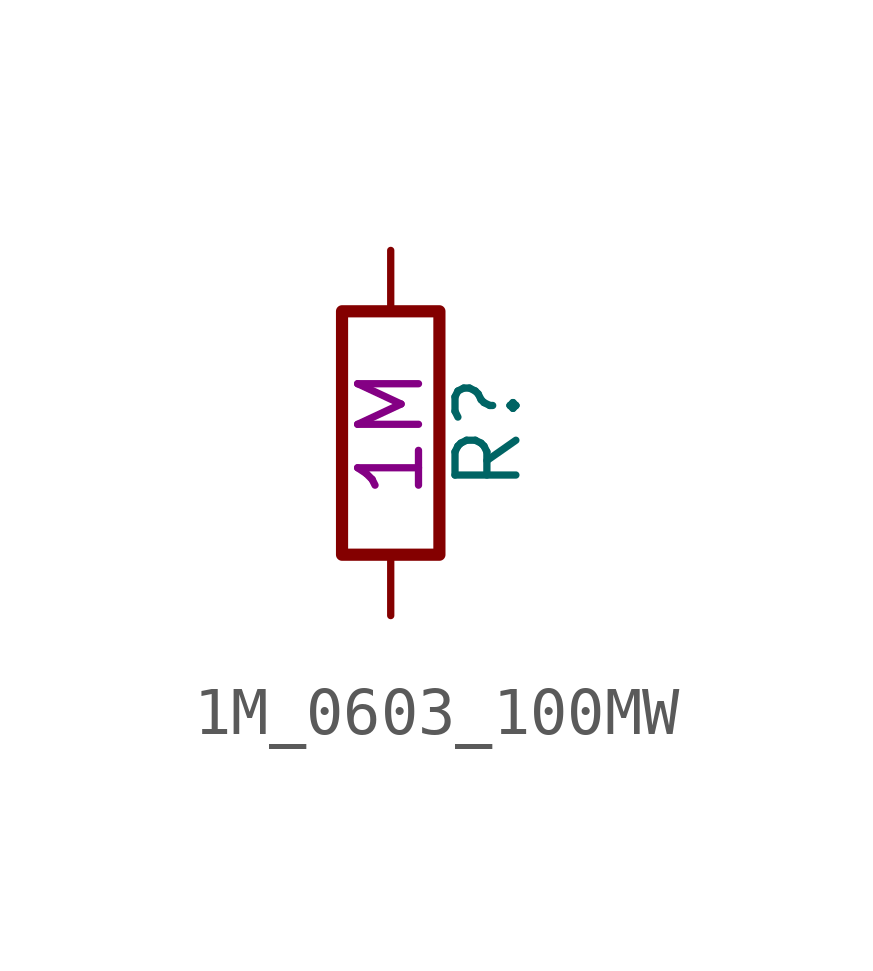
<source format=kicad_sym>
(kicad_symbol_lib
  (version 20211014)
  (generator kicad_symbol_editor)
  (symbol "1M_0603_100MW"
    (pin_numbers hide)
    (pin_names
      (offset 0))
    (property "Reference" "R"
      (at 2.032 0 90)
      (effects (font (size 1.27 1.27))))
    (property "Resistance" "1M"
      (at 0 0 90)
      (effects (font (size 1.27 1.27))))
    (symbol "1M_0603_100MW_0_1"
      (rectangle (start -1.016 -2.54) (end 1.016 2.54) (stroke (width 0.254) (type default) (color 0 0 0 0)) (fill (type none))))
    (symbol "1M_0603_100MW_1_1"
      (pin passive line (at 0 3.81 270) (length 1.27) (name "~" (effects (font (size 1.27 1.27)))) (number "1" (effects (font (size 1.27 1.27)))))
      (pin passive line (at 0 -3.81 90) (length 1.27) (name "~" (effects (font (size 1.27 1.27)))) (number "2" (effects (font (size 1.27 1.27))))))))
</source>
